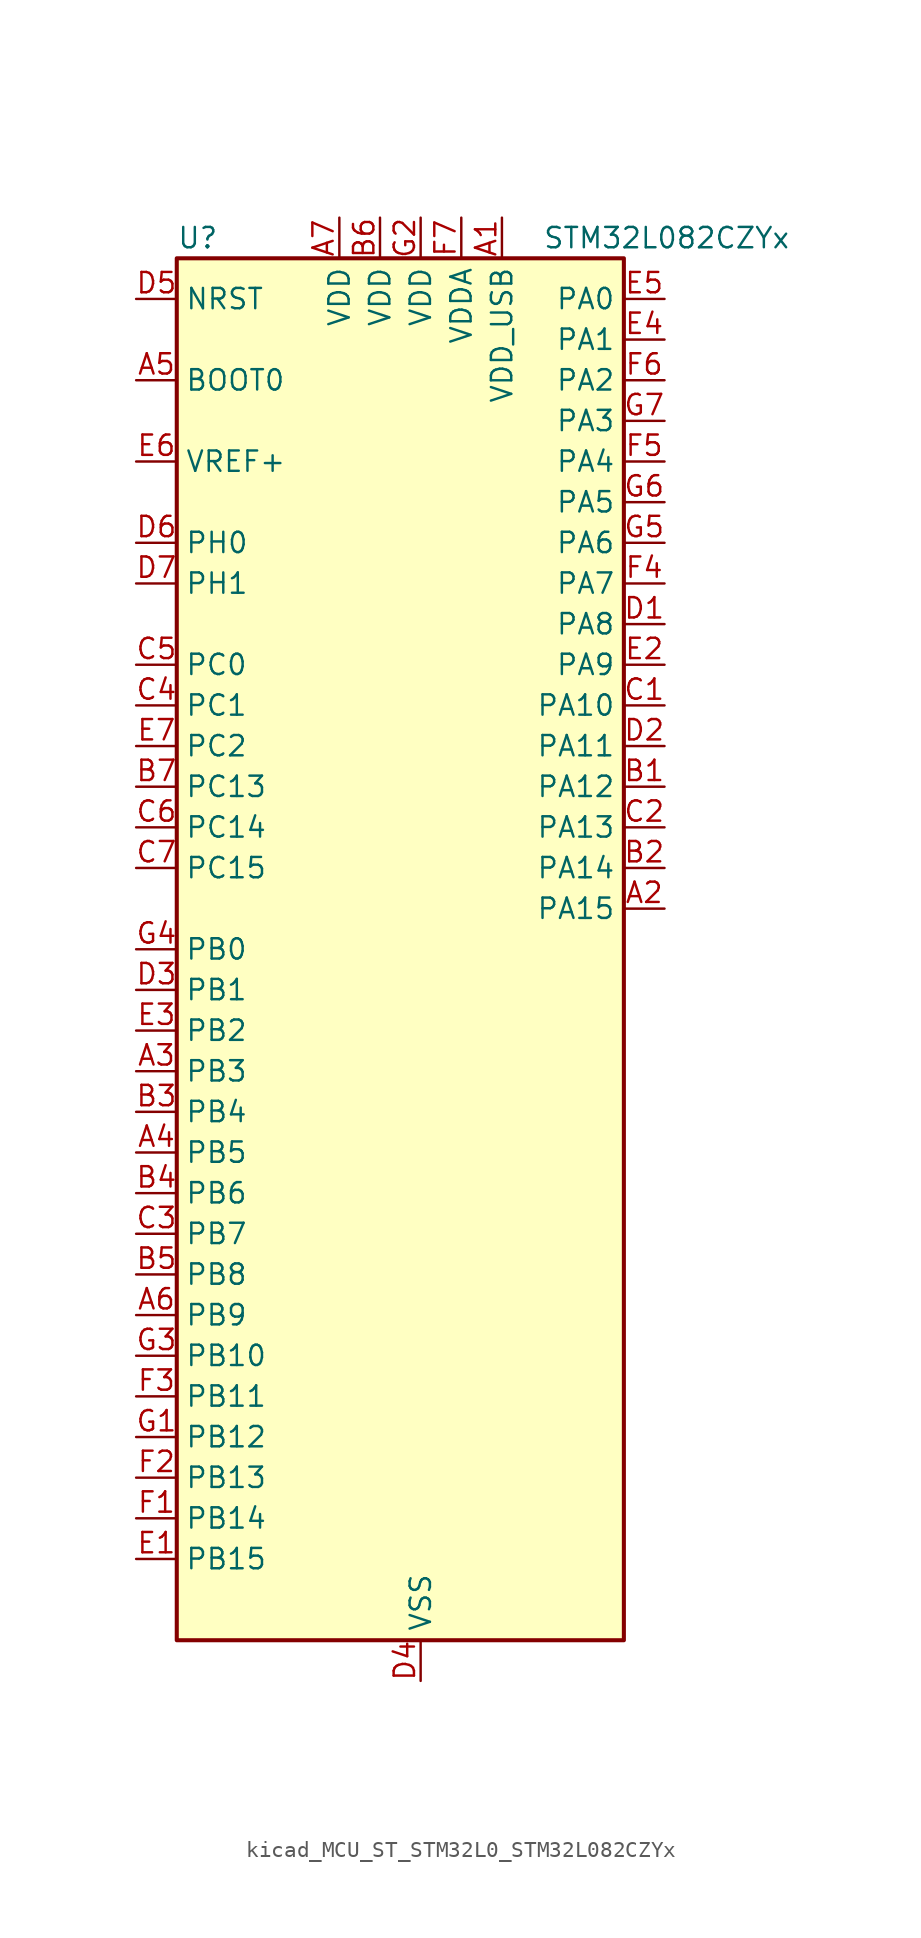
<source format=kicad_sym>
(kicad_symbol_lib
  (version 20220914)
  (generator kicad_symbol_editor)
  (symbol "kicad_MCU_ST_STM32L0_STM32L082CZYx"
    (property "Reference" "U"
      (at -12.7 44.45 0)
      (effects (font (size 1.27 1.27)) (justify left)))
    (property "Value" "STM32L082CZYx"
      (at 10.16 44.45 0)
      (effects (font (size 1.27 1.27)) (justify left)))
    (property "ki_locked" ""
      (at 0 0 0)
      (effects (font (size 1.27 1.27))))
    (symbol "kicad_MCU_ST_STM32L0_STM32L082CZYx_0_1"
      (rectangle (start -12.7 -43.18) (end 15.24 43.18) (stroke (width 0.254) (type default)) (fill (type background))))
    (symbol "kicad_MCU_ST_STM32L0_STM32L082CZYx_1_1"
      (pin power_in line (at 7.62 45.72 270) (length 2.54) (name "VDD_USB" (effects (font (size 1.27 1.27)))) (number "A1" (effects (font (size 1.27 1.27)))))
      (pin bidirectional line (at 17.78 2.54 180) (length 2.54) (name "PA15" (effects (font (size 1.27 1.27)))) (number "A2" (effects (font (size 1.27 1.27)))) (alternate "SPI1_NSS" bidirectional line) (alternate "TIM2_CH1" bidirectional line) (alternate "TIM2_ETR" bidirectional line) (alternate "USART2_RX" bidirectional line) (alternate "USART4_DE" bidirectional line) (alternate "USART4_RTS" bidirectional line))
      (pin bidirectional line (at -15.24 -7.62 0) (length 2.54) (name "PB3" (effects (font (size 1.27 1.27)))) (number "A3" (effects (font (size 1.27 1.27)))) (alternate "COMP2_INM" bidirectional line) (alternate "SPI1_SCK" bidirectional line) (alternate "TIM2_CH2" bidirectional line) (alternate "TSC_G5_IO1" bidirectional line) (alternate "USART1_DE" bidirectional line) (alternate "USART1_RTS" bidirectional line) (alternate "USART5_TX" bidirectional line))
      (pin bidirectional line (at -15.24 -12.7 0) (length 2.54) (name "PB5" (effects (font (size 1.27 1.27)))) (number "A4" (effects (font (size 1.27 1.27)))) (alternate "COMP2_INP" bidirectional line) (alternate "I2C1_SMBA" bidirectional line) (alternate "LPTIM1_IN1" bidirectional line) (alternate "SPI1_MOSI" bidirectional line) (alternate "TIM22_CH2" bidirectional line) (alternate "TIM3_CH2" bidirectional line) (alternate "USART1_CK" bidirectional line) (alternate "USART5_CK" bidirectional line) (alternate "USART5_DE" bidirectional line) (alternate "USART5_RTS" bidirectional line))
      (pin input line (at -15.24 35.56 0) (length 2.54) (name "BOOT0" (effects (font (size 1.27 1.27)))) (number "A5" (effects (font (size 1.27 1.27)))))
      (pin bidirectional line (at -15.24 -22.86 0) (length 2.54) (name "PB9" (effects (font (size 1.27 1.27)))) (number "A6" (effects (font (size 1.27 1.27)))) (alternate "DAC_EXTI9" bidirectional line) (alternate "I2C1_SDA" bidirectional line) (alternate "I2S2_WS" bidirectional line) (alternate "SPI2_NSS" bidirectional line))
      (pin power_in line (at -2.54 45.72 270) (length 2.54) (name "VDD" (effects (font (size 1.27 1.27)))) (number "A7" (effects (font (size 1.27 1.27)))))
      (pin bidirectional line (at 17.78 10.16 180) (length 2.54) (name "PA12" (effects (font (size 1.27 1.27)))) (number "B1" (effects (font (size 1.27 1.27)))) (alternate "COMP2_OUT" bidirectional line) (alternate "SPI1_MOSI" bidirectional line) (alternate "TSC_G4_IO4" bidirectional line) (alternate "USART1_DE" bidirectional line) (alternate "USART1_RTS" bidirectional line) (alternate "USB_DP" bidirectional line))
      (pin bidirectional line (at 17.78 5.08 180) (length 2.54) (name "PA14" (effects (font (size 1.27 1.27)))) (number "B2" (effects (font (size 1.27 1.27)))) (alternate "LPUART1_TX" bidirectional line) (alternate "SYS_SWCLK" bidirectional line) (alternate "USART2_TX" bidirectional line))
      (pin bidirectional line (at -15.24 -10.16 0) (length 2.54) (name "PB4" (effects (font (size 1.27 1.27)))) (number "B3" (effects (font (size 1.27 1.27)))) (alternate "COMP2_INP" bidirectional line) (alternate "I2C3_SDA" bidirectional line) (alternate "SPI1_MISO" bidirectional line) (alternate "TIM22_CH1" bidirectional line) (alternate "TIM3_CH1" bidirectional line) (alternate "TSC_G5_IO2" bidirectional line) (alternate "USART1_CTS" bidirectional line) (alternate "USART5_RX" bidirectional line))
      (pin bidirectional line (at -15.24 -15.24 0) (length 2.54) (name "PB6" (effects (font (size 1.27 1.27)))) (number "B4" (effects (font (size 1.27 1.27)))) (alternate "COMP2_INP" bidirectional line) (alternate "I2C1_SCL" bidirectional line) (alternate "LPTIM1_ETR" bidirectional line) (alternate "TSC_G5_IO3" bidirectional line) (alternate "USART1_TX" bidirectional line))
      (pin bidirectional line (at -15.24 -20.32 0) (length 2.54) (name "PB8" (effects (font (size 1.27 1.27)))) (number "B5" (effects (font (size 1.27 1.27)))) (alternate "I2C1_SCL" bidirectional line) (alternate "TSC_SYNC" bidirectional line))
      (pin power_in line (at 0 45.72 270) (length 2.54) (name "VDD" (effects (font (size 1.27 1.27)))) (number "B6" (effects (font (size 1.27 1.27)))))
      (pin bidirectional line (at -15.24 10.16 0) (length 2.54) (name "PC13" (effects (font (size 1.27 1.27)))) (number "B7" (effects (font (size 1.27 1.27)))) (alternate "RTC_OUT_ALARM" bidirectional line) (alternate "RTC_OUT_CALIB" bidirectional line) (alternate "RTC_TAMP1" bidirectional line) (alternate "RTC_TS" bidirectional line) (alternate "SYS_WKUP2" bidirectional line))
      (pin bidirectional line (at 17.78 15.24 180) (length 2.54) (name "PA10" (effects (font (size 1.27 1.27)))) (number "C1" (effects (font (size 1.27 1.27)))) (alternate "I2C1_SDA" bidirectional line) (alternate "TSC_G4_IO2" bidirectional line) (alternate "USART1_RX" bidirectional line))
      (pin bidirectional line (at 17.78 7.62 180) (length 2.54) (name "PA13" (effects (font (size 1.27 1.27)))) (number "C2" (effects (font (size 1.27 1.27)))) (alternate "LPUART1_RX" bidirectional line) (alternate "SYS_SWDIO" bidirectional line) (alternate "USB_NOE" bidirectional line))
      (pin bidirectional line (at -15.24 -17.78 0) (length 2.54) (name "PB7" (effects (font (size 1.27 1.27)))) (number "C3" (effects (font (size 1.27 1.27)))) (alternate "COMP2_INP" bidirectional line) (alternate "I2C1_SDA" bidirectional line) (alternate "LPTIM1_IN2" bidirectional line) (alternate "SYS_PVD_IN" bidirectional line) (alternate "TSC_G5_IO4" bidirectional line) (alternate "USART1_RX" bidirectional line) (alternate "USART4_CTS" bidirectional line))
      (pin bidirectional line (at -15.24 15.24 0) (length 2.54) (name "PC1" (effects (font (size 1.27 1.27)))) (number "C4" (effects (font (size 1.27 1.27)))) (alternate "ADC_IN11" bidirectional line) (alternate "I2C3_SDA" bidirectional line) (alternate "LPTIM1_OUT" bidirectional line) (alternate "LPUART1_TX" bidirectional line) (alternate "TSC_G7_IO2" bidirectional line))
      (pin bidirectional line (at -15.24 17.78 0) (length 2.54) (name "PC0" (effects (font (size 1.27 1.27)))) (number "C5" (effects (font (size 1.27 1.27)))) (alternate "ADC_IN10" bidirectional line) (alternate "I2C3_SCL" bidirectional line) (alternate "LPTIM1_IN1" bidirectional line) (alternate "LPUART1_RX" bidirectional line) (alternate "TSC_G7_IO1" bidirectional line))
      (pin bidirectional line (at -15.24 7.62 0) (length 2.54) (name "PC14" (effects (font (size 1.27 1.27)))) (number "C6" (effects (font (size 1.27 1.27)))) (alternate "RCC_OSC32_IN" bidirectional line))
      (pin bidirectional line (at -15.24 5.08 0) (length 2.54) (name "PC15" (effects (font (size 1.27 1.27)))) (number "C7" (effects (font (size 1.27 1.27)))) (alternate "RCC_OSC32_OUT" bidirectional line))
      (pin bidirectional line (at 17.78 20.32 180) (length 2.54) (name "PA8" (effects (font (size 1.27 1.27)))) (number "D1" (effects (font (size 1.27 1.27)))) (alternate "CRS_SYNC" bidirectional line) (alternate "I2C3_SCL" bidirectional line) (alternate "RCC_MCO" bidirectional line) (alternate "USART1_CK" bidirectional line))
      (pin bidirectional line (at 17.78 12.7 180) (length 2.54) (name "PA11" (effects (font (size 1.27 1.27)))) (number "D2" (effects (font (size 1.27 1.27)))) (alternate "ADC_EXTI11" bidirectional line) (alternate "COMP1_OUT" bidirectional line) (alternate "SPI1_MISO" bidirectional line) (alternate "TSC_G4_IO3" bidirectional line) (alternate "USART1_CTS" bidirectional line) (alternate "USB_DM" bidirectional line))
      (pin bidirectional line (at -15.24 -2.54 0) (length 2.54) (name "PB1" (effects (font (size 1.27 1.27)))) (number "D3" (effects (font (size 1.27 1.27)))) (alternate "ADC_IN9" bidirectional line) (alternate "LPUART1_DE" bidirectional line) (alternate "LPUART1_RTS" bidirectional line) (alternate "SYS_VREF_OUT_PB1" bidirectional line) (alternate "TIM3_CH4" bidirectional line) (alternate "TSC_G3_IO3" bidirectional line))
      (pin power_in line (at 2.54 -45.72 90) (length 2.54) (name "VSS" (effects (font (size 1.27 1.27)))) (number "D4" (effects (font (size 1.27 1.27)))))
      (pin input line (at -15.24 40.64 0) (length 2.54) (name "NRST" (effects (font (size 1.27 1.27)))) (number "D5" (effects (font (size 1.27 1.27)))))
      (pin bidirectional line (at -15.24 25.4 0) (length 2.54) (name "PH0" (effects (font (size 1.27 1.27)))) (number "D6" (effects (font (size 1.27 1.27)))) (alternate "CRS_SYNC" bidirectional line) (alternate "RCC_OSC_IN" bidirectional line))
      (pin bidirectional line (at -15.24 22.86 0) (length 2.54) (name "PH1" (effects (font (size 1.27 1.27)))) (number "D7" (effects (font (size 1.27 1.27)))) (alternate "RCC_OSC_OUT" bidirectional line))
      (pin bidirectional line (at -15.24 -38.1 0) (length 2.54) (name "PB15" (effects (font (size 1.27 1.27)))) (number "E1" (effects (font (size 1.27 1.27)))) (alternate "I2S2_SD" bidirectional line) (alternate "RTC_REFIN" bidirectional line) (alternate "SPI2_MOSI" bidirectional line))
      (pin bidirectional line (at 17.78 17.78 180) (length 2.54) (name "PA9" (effects (font (size 1.27 1.27)))) (number "E2" (effects (font (size 1.27 1.27)))) (alternate "DAC_EXTI9" bidirectional line) (alternate "I2C1_SCL" bidirectional line) (alternate "I2C3_SMBA" bidirectional line) (alternate "RCC_MCO" bidirectional line) (alternate "TSC_G4_IO1" bidirectional line) (alternate "USART1_TX" bidirectional line))
      (pin bidirectional line (at -15.24 -5.08 0) (length 2.54) (name "PB2" (effects (font (size 1.27 1.27)))) (number "E3" (effects (font (size 1.27 1.27)))) (alternate "I2C3_SMBA" bidirectional line) (alternate "LPTIM1_OUT" bidirectional line) (alternate "TSC_G3_IO4" bidirectional line))
      (pin bidirectional line (at 17.78 38.1 180) (length 2.54) (name "PA1" (effects (font (size 1.27 1.27)))) (number "E4" (effects (font (size 1.27 1.27)))) (alternate "ADC_IN1" bidirectional line) (alternate "COMP1_INP" bidirectional line) (alternate "TIM21_ETR" bidirectional line) (alternate "TIM2_CH2" bidirectional line) (alternate "TSC_G1_IO2" bidirectional line) (alternate "USART2_DE" bidirectional line) (alternate "USART2_RTS" bidirectional line) (alternate "USART4_RX" bidirectional line))
      (pin bidirectional line (at 17.78 40.64 180) (length 2.54) (name "PA0" (effects (font (size 1.27 1.27)))) (number "E5" (effects (font (size 1.27 1.27)))) (alternate "ADC_IN0" bidirectional line) (alternate "COMP1_INM" bidirectional line) (alternate "COMP1_OUT" bidirectional line) (alternate "RTC_TAMP2" bidirectional line) (alternate "SYS_WKUP1" bidirectional line) (alternate "TIM2_CH1" bidirectional line) (alternate "TIM2_ETR" bidirectional line) (alternate "TSC_G1_IO1" bidirectional line) (alternate "USART2_CTS" bidirectional line) (alternate "USART4_TX" bidirectional line))
      (pin input line (at -15.24 30.48 0) (length 2.54) (name "VREF+" (effects (font (size 1.27 1.27)))) (number "E6" (effects (font (size 1.27 1.27)))))
      (pin bidirectional line (at -15.24 12.7 0) (length 2.54) (name "PC2" (effects (font (size 1.27 1.27)))) (number "E7" (effects (font (size 1.27 1.27)))) (alternate "ADC_IN12" bidirectional line) (alternate "I2S2_MCK" bidirectional line) (alternate "LPTIM1_IN2" bidirectional line) (alternate "SPI2_MISO" bidirectional line) (alternate "TSC_G7_IO3" bidirectional line))
      (pin bidirectional line (at -15.24 -35.56 0) (length 2.54) (name "PB14" (effects (font (size 1.27 1.27)))) (number "F1" (effects (font (size 1.27 1.27)))) (alternate "I2C2_SDA" bidirectional line) (alternate "I2S2_MCK" bidirectional line) (alternate "LPUART1_DE" bidirectional line) (alternate "LPUART1_RTS" bidirectional line) (alternate "RTC_OUT_ALARM" bidirectional line) (alternate "RTC_OUT_CALIB" bidirectional line) (alternate "SPI2_MISO" bidirectional line) (alternate "TIM21_CH2" bidirectional line) (alternate "TSC_G6_IO4" bidirectional line))
      (pin bidirectional line (at -15.24 -33.02 0) (length 2.54) (name "PB13" (effects (font (size 1.27 1.27)))) (number "F2" (effects (font (size 1.27 1.27)))) (alternate "I2C2_SCL" bidirectional line) (alternate "I2S2_CK" bidirectional line) (alternate "LPUART1_CTS" bidirectional line) (alternate "RCC_MCO" bidirectional line) (alternate "SPI2_SCK" bidirectional line) (alternate "TIM21_CH1" bidirectional line) (alternate "TSC_G6_IO3" bidirectional line))
      (pin bidirectional line (at -15.24 -27.94 0) (length 2.54) (name "PB11" (effects (font (size 1.27 1.27)))) (number "F3" (effects (font (size 1.27 1.27)))) (alternate "ADC_EXTI11" bidirectional line) (alternate "I2C2_SDA" bidirectional line) (alternate "LPUART1_RX" bidirectional line) (alternate "LPUART1_TX" bidirectional line) (alternate "TIM2_CH4" bidirectional line) (alternate "TSC_G6_IO1" bidirectional line))
      (pin bidirectional line (at 17.78 22.86 180) (length 2.54) (name "PA7" (effects (font (size 1.27 1.27)))) (number "F4" (effects (font (size 1.27 1.27)))) (alternate "ADC_IN7" bidirectional line) (alternate "COMP2_OUT" bidirectional line) (alternate "SPI1_MOSI" bidirectional line) (alternate "TIM22_CH2" bidirectional line) (alternate "TIM3_CH2" bidirectional line) (alternate "TSC_G2_IO4" bidirectional line))
      (pin bidirectional line (at 17.78 30.48 180) (length 2.54) (name "PA4" (effects (font (size 1.27 1.27)))) (number "F5" (effects (font (size 1.27 1.27)))) (alternate "ADC_IN4" bidirectional line) (alternate "COMP1_INM" bidirectional line) (alternate "COMP2_INM" bidirectional line) (alternate "DAC_OUT1" bidirectional line) (alternate "SPI1_NSS" bidirectional line) (alternate "TIM22_ETR" bidirectional line) (alternate "TSC_G2_IO1" bidirectional line) (alternate "USART2_CK" bidirectional line))
      (pin bidirectional line (at 17.78 35.56 180) (length 2.54) (name "PA2" (effects (font (size 1.27 1.27)))) (number "F6" (effects (font (size 1.27 1.27)))) (alternate "ADC_IN2" bidirectional line) (alternate "COMP2_INM" bidirectional line) (alternate "COMP2_OUT" bidirectional line) (alternate "LPUART1_TX" bidirectional line) (alternate "TIM21_CH1" bidirectional line) (alternate "TIM2_CH3" bidirectional line) (alternate "TSC_G1_IO3" bidirectional line) (alternate "USART2_TX" bidirectional line))
      (pin power_in line (at 5.08 45.72 270) (length 2.54) (name "VDDA" (effects (font (size 1.27 1.27)))) (number "F7" (effects (font (size 1.27 1.27)))))
      (pin bidirectional line (at -15.24 -30.48 0) (length 2.54) (name "PB12" (effects (font (size 1.27 1.27)))) (number "G1" (effects (font (size 1.27 1.27)))) (alternate "I2S2_WS" bidirectional line) (alternate "LPUART1_DE" bidirectional line) (alternate "LPUART1_RTS" bidirectional line) (alternate "SPI2_NSS" bidirectional line) (alternate "TSC_G6_IO2" bidirectional line))
      (pin power_in line (at 2.54 45.72 270) (length 2.54) (name "VDD" (effects (font (size 1.27 1.27)))) (number "G2" (effects (font (size 1.27 1.27)))))
      (pin bidirectional line (at -15.24 -25.4 0) (length 2.54) (name "PB10" (effects (font (size 1.27 1.27)))) (number "G3" (effects (font (size 1.27 1.27)))) (alternate "I2C2_SCL" bidirectional line) (alternate "LPUART1_RX" bidirectional line) (alternate "LPUART1_TX" bidirectional line) (alternate "SPI2_SCK" bidirectional line) (alternate "TIM2_CH3" bidirectional line) (alternate "TSC_SYNC" bidirectional line))
      (pin bidirectional line (at -15.24 0 0) (length 2.54) (name "PB0" (effects (font (size 1.27 1.27)))) (number "G4" (effects (font (size 1.27 1.27)))) (alternate "ADC_IN8" bidirectional line) (alternate "SYS_VREF_OUT_PB0" bidirectional line) (alternate "TIM3_CH3" bidirectional line) (alternate "TSC_G3_IO2" bidirectional line))
      (pin bidirectional line (at 17.78 25.4 180) (length 2.54) (name "PA6" (effects (font (size 1.27 1.27)))) (number "G5" (effects (font (size 1.27 1.27)))) (alternate "ADC_IN6" bidirectional line) (alternate "COMP1_OUT" bidirectional line) (alternate "LPUART1_CTS" bidirectional line) (alternate "SPI1_MISO" bidirectional line) (alternate "TIM22_CH1" bidirectional line) (alternate "TIM3_CH1" bidirectional line) (alternate "TSC_G2_IO3" bidirectional line))
      (pin bidirectional line (at 17.78 27.94 180) (length 2.54) (name "PA5" (effects (font (size 1.27 1.27)))) (number "G6" (effects (font (size 1.27 1.27)))) (alternate "ADC_IN5" bidirectional line) (alternate "COMP1_INM" bidirectional line) (alternate "COMP2_INM" bidirectional line) (alternate "DAC_OUT2" bidirectional line) (alternate "SPI1_SCK" bidirectional line) (alternate "TIM2_CH1" bidirectional line) (alternate "TIM2_ETR" bidirectional line) (alternate "TSC_G2_IO2" bidirectional line))
      (pin bidirectional line (at 17.78 33.02 180) (length 2.54) (name "PA3" (effects (font (size 1.27 1.27)))) (number "G7" (effects (font (size 1.27 1.27)))) (alternate "ADC_IN3" bidirectional line) (alternate "COMP2_INP" bidirectional line) (alternate "LPUART1_RX" bidirectional line) (alternate "TIM21_CH2" bidirectional line) (alternate "TIM2_CH4" bidirectional line) (alternate "TSC_G1_IO4" bidirectional line) (alternate "USART2_RX" bidirectional line)))))
</source>
